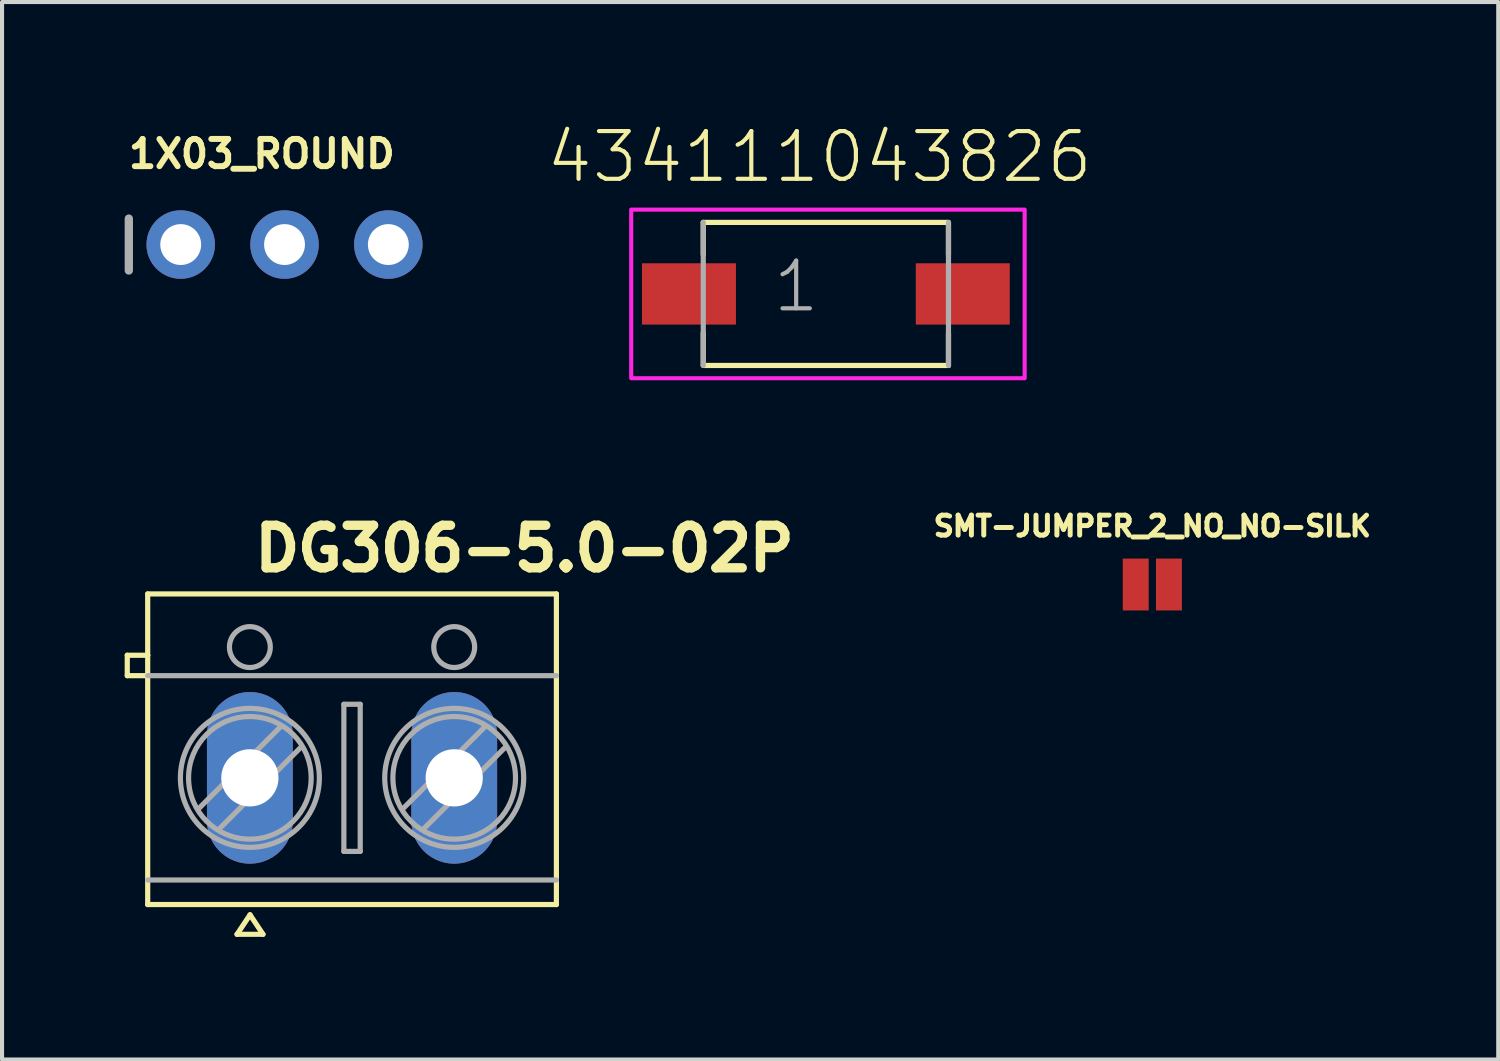
<source format=kicad_pcb>
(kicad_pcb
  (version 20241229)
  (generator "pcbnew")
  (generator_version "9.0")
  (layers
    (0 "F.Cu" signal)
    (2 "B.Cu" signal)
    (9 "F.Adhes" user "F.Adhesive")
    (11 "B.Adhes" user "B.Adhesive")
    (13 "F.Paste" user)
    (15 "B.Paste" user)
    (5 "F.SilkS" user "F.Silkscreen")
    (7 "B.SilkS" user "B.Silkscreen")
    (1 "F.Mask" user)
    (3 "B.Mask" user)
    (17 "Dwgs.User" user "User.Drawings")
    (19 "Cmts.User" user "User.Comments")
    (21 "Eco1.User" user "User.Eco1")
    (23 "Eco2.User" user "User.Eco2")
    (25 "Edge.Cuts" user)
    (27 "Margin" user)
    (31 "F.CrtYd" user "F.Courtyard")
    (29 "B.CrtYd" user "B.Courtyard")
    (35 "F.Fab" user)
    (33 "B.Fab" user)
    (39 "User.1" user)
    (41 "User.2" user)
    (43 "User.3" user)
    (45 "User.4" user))
  (footprint "DG306-5.0-02P"
    (layer "F.Cu")
    (at 5.564 15.983)
    (property "Reference" "DG306-5.0-02P" (at -2.5 -5 0) (layer "F.SilkS") (effects (font (size 1.041 1.041) (thickness 0.229)) (justify left bottom)))
    (fp_line (start -5.5 -3) (end -5 -3) (stroke (width 0.127) (type solid)) (layer "F.SilkS"))
    (fp_line (start -5.5 -2.5) (end -5.5 -3) (stroke (width 0.127) (type solid)) (layer "F.SilkS"))
    (fp_line (start -5 -4.5) (end 5 -4.5) (stroke (width 0.127) (type solid)) (layer "F.SilkS"))
    (fp_line (start -5 -3) (end -5 -4.5) (stroke (width 0.127) (type solid)) (layer "F.SilkS"))
    (fp_line (start -5 -2.5) (end -5.5 -2.5) (stroke (width 0.127) (type solid)) (layer "F.SilkS"))
    (fp_line (start -5 -2.5) (end -5 -3) (stroke (width 0.127) (type solid)) (layer "F.SilkS"))
    (fp_line (start -5 3.1) (end -5 -2.5) (stroke (width 0.127) (type solid)) (layer "F.SilkS"))
    (fp_line (start -2.814 3.828) (end -2.496 3.351) (stroke (width 0.127) (type solid)) (layer "F.SilkS"))
    (fp_line (start -2.496 3.351) (end -2.179 3.828) (stroke (width 0.127) (type solid)) (layer "F.SilkS"))
    (fp_line (start -2.179 3.828) (end -2.814 3.828) (stroke (width 0.127) (type solid)) (layer "F.SilkS"))
    (fp_line (start 5 -4.5) (end 5 3.1) (stroke (width 0.127) (type solid)) (layer "F.SilkS"))
    (fp_line (start 5 3.1) (end -5 3.1) (stroke (width 0.127) (type solid)) (layer "F.SilkS"))
    (fp_line (start -5 -2.5) (end 5 -2.5) (stroke (width 0.127) (type solid)) (layer "F.Fab"))
    (fp_line (start -3.75 0.75) (end -1.75 -1.25) (stroke (width 0.127) (type solid)) (layer "F.Fab"))
    (fp_line (start -3.25 1.25) (end -1.25 -0.75) (stroke (width 0.127) (type solid)) (layer "F.Fab"))
    (fp_line (start -0.2 -1.8) (end 0.2 -1.8) (stroke (width 0.127) (type solid)) (layer "F.Fab"))
    (fp_line (start -0.2 1.8) (end -0.2 -1.8) (stroke (width 0.127) (type solid)) (layer "F.Fab"))
    (fp_line (start 0.2 -1.8) (end 0.2 1.8) (stroke (width 0.127) (type solid)) (layer "F.Fab"))
    (fp_line (start 0.2 1.8) (end -0.2 1.8) (stroke (width 0.127) (type solid)) (layer "F.Fab"))
    (fp_line (start 1.25 0.75) (end 3.25 -1.25) (stroke (width 0.127) (type solid)) (layer "F.Fab"))
    (fp_line (start 1.75 1.25) (end 3.75 -0.75) (stroke (width 0.127) (type solid)) (layer "F.Fab"))
    (fp_line (start 5 2.5) (end -5 2.5) (stroke (width 0.127) (type solid)) (layer "F.Fab"))
    (fp_circle (center -2.5 -3.2) (end -2 -3.2) (stroke (width 0.127) (type solid)) (fill no) (layer "F.Fab"))
    (fp_circle (center -2.5 0) (end -1 0) (stroke (width 0.127) (type solid)) (fill no) (layer "F.Fab"))
    (fp_circle (center -2.5 0) (end -0.8 0) (stroke (width 0.127) (type solid)) (fill no) (layer "F.Fab"))
    (fp_circle (center 2.5 -3.2) (end 3 -3.2) (stroke (width 0.127) (type solid)) (fill no) (layer "F.Fab"))
    (fp_circle (center 2.5 0) (end 4 0) (stroke (width 0.127) (type solid)) (fill no) (layer "F.Fab"))
    (fp_circle (center 2.5 0) (end 4.2 0) (stroke (width 0.127) (type solid)) (fill no) (layer "F.Fab"))
    (pad "1" thru_hole oval (at -2.5 0 90) (size 4.2 2.1) (drill 1.4) (layers "*.Cu" "*.Mask"))
    (pad "2" thru_hole oval (at 2.5 0 90) (size 4.2 2.1) (drill 1.4) (layers "*.Cu" "*.Mask")))
  (footprint "434111043826"
    (layer "F.Cu")
    (at 17.158 4.142)
    (property "Reference" "434111043826" (at -0.156 -2.669 0) (layer "F.SilkS") (effects (font (size 1.168 1.168) (thickness 0.102)) (justify bottom)))
    (fp_line (start -3 -0.96) (end -3 -1.75) (stroke (width 0.127) (type solid)) (layer "F.SilkS"))
    (fp_line (start -3 0.95) (end -3 1.74) (stroke (width 0.127) (type solid)) (layer "F.SilkS"))
    (fp_line (start -3 1.75) (end 3 1.75) (stroke (width 0.127) (type solid)) (layer "F.SilkS"))
    (fp_line (start 3 -1.75) (end -3 -1.75) (stroke (width 0.127) (type solid)) (layer "F.SilkS"))
    (fp_line (start 3 -0.95) (end 3 -1.74) (stroke (width 0.127) (type solid)) (layer "F.SilkS"))
    (fp_line (start 3 0.96) (end 3 1.75) (stroke (width 0.127) (type solid)) (layer "F.SilkS"))
    (fp_poly (pts (xy 4.864 2.063) (xy -4.763 2.063) (xy -4.763 -2.063) (xy 4.864 -2.063)) (stroke (width 0.1) (type default)) (fill no) (layer "F.CrtYd"))
    (fp_line (start -3 -1.75) (end -3 1.75) (stroke (width 0.127) (type solid)) (layer "F.Fab"))
    (fp_line (start 3 1.75) (end 3 -1.75) (stroke (width 0.127) (type solid)) (layer "F.Fab"))
    (fp_text user "1" (at -1.35 0.5 0) (layer "F.Fab") (effects (font (size 1.168 1.168) (thickness 0.102)) (justify left bottom)))
    (pad "1" smd rect (at -3.35 0) (size 2.3 1.5) (layers "F.Cu" "F.Mask" "F.Paste"))
    (pad "2" smd rect (at 3.35 0) (size 2.3 1.5) (layers "F.Cu" "F.Mask" "F.Paste")))
  (footprint "SMT-JUMPER_2_NO_NO-SILK"
    (layer "F.Cu")
    (at 25.146 11.252)
    (property "Reference" "SMT-JUMPER_2_NO_NO-SILK" (at 0 -1.143 0) (layer "F.SilkS") (effects (font (size 0.488 0.488) (thickness 0.122)) (justify bottom)))
    (pad "1" smd rect (at -0.406 0) (size 0.635 1.27) (layers "F.Cu" "F.Mask"))
    (pad "2" smd rect (at 0.406 0) (size 0.635 1.27) (layers "F.Cu" "F.Mask")))
  (footprint "1X03_ROUND"
    (layer "F.Cu")
    (at 3.912 2.934)
    (property "Reference" "1X03_ROUND" (at -3.886 -1.829 0) (layer "F.SilkS") (effects (font (size 0.666 0.666) (thickness 0.146)) (justify left bottom)))
    (fp_line (start -3.81 -0.635) (end -3.81 0.635) (stroke (width 0.203) (type solid)) (layer "F.Fab"))
    (fp_poly (pts (xy -2.794 0.254) (xy -2.286 0.254) (xy -2.286 -0.254) (xy -2.794 -0.254)) (stroke (width 0.1) (type default)) (fill no) (layer "F.Fab"))
    (fp_poly (pts (xy -0.254 0.254) (xy 0.254 0.254) (xy 0.254 -0.254) (xy -0.254 -0.254)) (stroke (width 0.1) (type default)) (fill no) (layer "F.Fab"))
    (fp_poly (pts (xy 2.286 0.254) (xy 2.794 0.254) (xy 2.794 -0.254) (xy 2.286 -0.254)) (stroke (width 0.1) (type default)) (fill no) (layer "F.Fab"))
    (pad "1" thru_hole circle (at -2.54 0 90) (size 1.676 1.676) (drill 1) (layers "*.Cu" "*.Mask"))
    (pad "2" thru_hole circle (at 0 0 90) (size 1.676 1.676) (drill 1) (layers "*.Cu" "*.Mask"))
    (pad "3" thru_hole circle (at 2.54 0 90) (size 1.676 1.676) (drill 1) (layers "*.Cu" "*.Mask")))
  (gr_rect
    (start -3 -3)
    (end 33.61 22.874)
    (stroke (width 0.1) (type default))
    (fill no)
    (layer "Edge.Cuts")))
</source>
